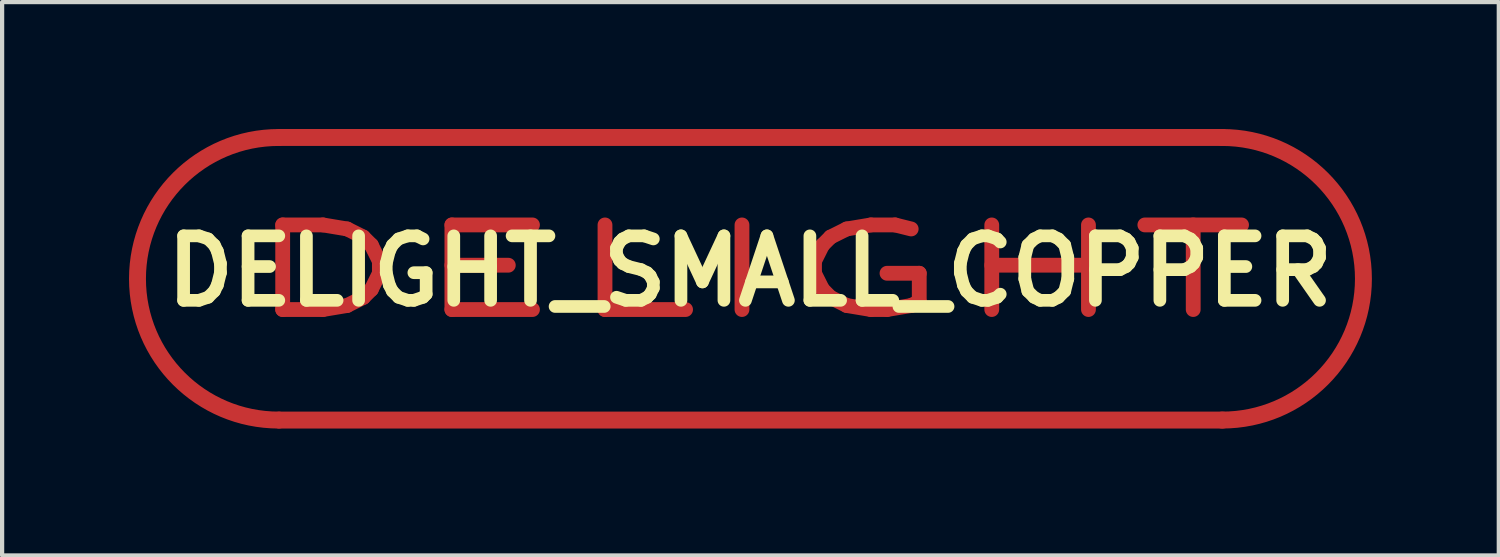
<source format=kicad_pcb>
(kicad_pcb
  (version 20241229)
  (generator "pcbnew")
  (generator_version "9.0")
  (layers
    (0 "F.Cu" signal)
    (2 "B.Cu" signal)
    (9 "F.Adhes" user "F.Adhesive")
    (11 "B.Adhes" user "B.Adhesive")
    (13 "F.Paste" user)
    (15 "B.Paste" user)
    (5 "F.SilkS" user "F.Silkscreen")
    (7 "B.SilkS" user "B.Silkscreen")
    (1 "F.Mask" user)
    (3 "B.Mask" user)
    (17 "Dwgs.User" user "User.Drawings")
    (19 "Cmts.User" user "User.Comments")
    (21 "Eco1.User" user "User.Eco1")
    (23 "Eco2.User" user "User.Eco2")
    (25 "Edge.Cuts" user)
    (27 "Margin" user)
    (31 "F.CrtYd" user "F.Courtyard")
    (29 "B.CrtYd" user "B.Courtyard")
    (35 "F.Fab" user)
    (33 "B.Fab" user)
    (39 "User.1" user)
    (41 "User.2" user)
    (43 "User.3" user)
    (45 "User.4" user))
  (footprint "DELIGHT_SMALL_COPPER"
    (layer "F.Cu")
    (at 14.68 3.36)
    (property "Reference" "DELIGHT_SMALL_COPPER" (at 0 0 0) (layer "F.SilkS") (effects (font (size 1.524 1.524) (thickness 0.3))))
    (attr through_hole)
    (fp_line (start -11.13 3.52) (end 11.17 3.52) (stroke (width 0.4) (type solid)) (layer "F.Cu"))
    (fp_line (start -11.11 -3.16) (end 11.17 -3.16) (stroke (width 0.4) (type solid)) (layer "F.Cu"))
    (fp_arc (start -11.14 3.52) (mid -14.48 0.18) (end -11.14 -3.16) (stroke (width 0.4) (type solid)) (layer "F.Cu"))
    (fp_arc (start 11.16 -3.16) (mid 14.5 0.18) (end 11.16 3.52) (stroke (width 0.4) (type solid)) (layer "F.Cu"))
    (fp_text user "DELIGHT" (at 0 0 0) (layer "F.Cu") (effects (font (size 2 4) (thickness 0.35)))))
  (gr_rect
    (start -3 -3)
    (end 32.38 10.08)
    (stroke (width 0.1) (type default))
    (fill no)
    (layer "Edge.Cuts")))
</source>
